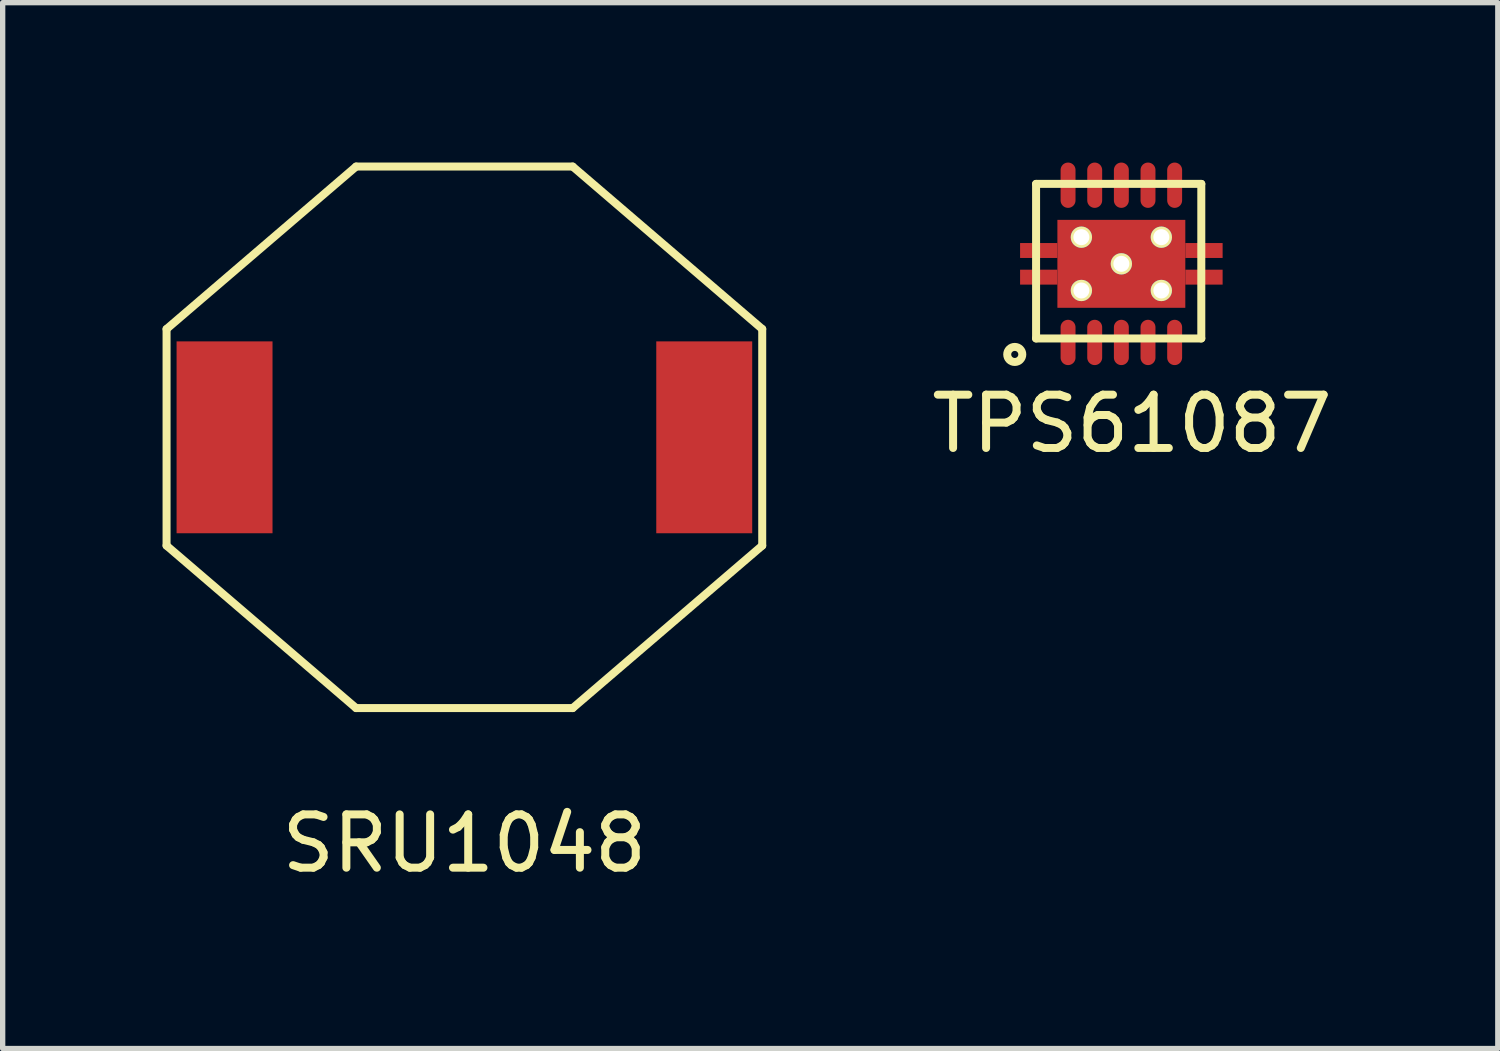
<source format=kicad_pcb>
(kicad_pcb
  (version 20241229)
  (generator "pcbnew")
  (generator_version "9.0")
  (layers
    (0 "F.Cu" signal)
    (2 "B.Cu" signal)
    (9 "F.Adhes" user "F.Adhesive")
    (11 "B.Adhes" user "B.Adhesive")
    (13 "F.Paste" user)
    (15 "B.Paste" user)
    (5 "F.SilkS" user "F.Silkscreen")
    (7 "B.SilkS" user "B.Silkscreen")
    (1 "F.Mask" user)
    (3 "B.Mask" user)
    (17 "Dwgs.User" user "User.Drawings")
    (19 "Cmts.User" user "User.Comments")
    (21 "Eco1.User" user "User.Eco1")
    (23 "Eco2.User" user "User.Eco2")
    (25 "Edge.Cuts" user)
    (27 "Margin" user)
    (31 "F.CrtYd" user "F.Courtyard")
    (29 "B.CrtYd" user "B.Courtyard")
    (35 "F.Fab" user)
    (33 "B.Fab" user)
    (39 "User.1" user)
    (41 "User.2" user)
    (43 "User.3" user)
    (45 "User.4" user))
  (footprint "TPS61087"
    (layer "F.Cu")
    (at 17.989 1.9)
    (property "Reference" "TPS61087" (at 0.2 3 0) (layer "F.SilkS") (effects (font (size 1 1) (thickness 0.15))))
    (attr through_hole)
    (fp_line (start -1.6 -1.5) (end -1.6 1.4) (stroke (width 0.15) (type solid)) (layer "F.SilkS"))
    (fp_line (start -1.6 1.4) (end 1.5 1.4) (stroke (width 0.15) (type solid)) (layer "F.SilkS"))
    (fp_line (start 1.5 -1.5) (end -1.6 -1.5) (stroke (width 0.15) (type solid)) (layer "F.SilkS"))
    (fp_line (start 1.5 1.4) (end 1.5 -1.5) (stroke (width 0.15) (type solid)) (layer "F.SilkS"))
    (fp_circle (center -2 1.7) (end -1.9 1.8) (stroke (width 0.15) (type solid)) (fill no) (layer "F.SilkS"))
    (pad "" smd rect (at -1.55 -0.25) (size 0.7 0.28) (layers "F.Cu" "F.Mask" "F.Paste"))
    (pad "" smd rect (at -1.55 0.25) (size 0.7 0.28) (layers "F.Cu" "F.Mask" "F.Paste"))
    (pad "" thru_hole circle (at -0.75 -0.5) (size 0.4 0.4) (drill 0.3) (layers "*.Cu" "*.Mask" "F.SilkS"))
    (pad "" thru_hole circle (at -0.75 0.5) (size 0.4 0.4) (drill 0.3) (layers "*.Cu" "*.Mask" "F.SilkS"))
    (pad "" thru_hole circle (at 0 0) (size 0.4 0.4) (drill 0.3) (layers "*.Cu" "*.Mask" "F.SilkS"))
    (pad "" thru_hole circle (at 0.75 -0.5) (size 0.4 0.4) (drill 0.3) (layers "*.Cu" "*.Mask" "F.SilkS"))
    (pad "" thru_hole circle (at 0.75 0.5) (size 0.4 0.4) (drill 0.3) (layers "*.Cu" "*.Mask" "F.SilkS"))
    (pad "" smd rect (at 1.55 -0.25) (size 0.7 0.28) (layers "F.Cu" "F.Mask" "F.Paste"))
    (pad "" smd rect (at 1.55 0.25) (size 0.7 0.28) (layers "F.Cu" "F.Mask" "F.Paste"))
    (pad "1" smd oval (at -1 1.475) (size 0.28 0.85) (layers "F.Cu" "F.Mask" "F.Paste"))
    (pad "2" smd oval (at -0.5 1.475) (size 0.28 0.85) (layers "F.Cu" "F.Mask" "F.Paste"))
    (pad "3" smd oval (at 0 1.475) (size 0.28 0.85) (layers "F.Cu" "F.Mask" "F.Paste"))
    (pad "4" smd oval (at 0.5 1.475) (size 0.28 0.85) (layers "F.Cu" "F.Mask" "F.Paste"))
    (pad "5" smd oval (at 1 1.475) (size 0.28 0.85) (layers "F.Cu" "F.Mask" "F.Paste"))
    (pad "6" smd oval (at 1 -1.475) (size 0.28 0.85) (layers "F.Cu" "F.Mask" "F.Paste"))
    (pad "7" smd oval (at 0.5 -1.475) (size 0.28 0.85) (layers "F.Cu" "F.Mask" "F.Paste"))
    (pad "8" smd oval (at 0 -1.475) (size 0.28 0.85) (layers "F.Cu" "F.Mask" "F.Paste"))
    (pad "9" smd oval (at -0.5 -1.475) (size 0.28 0.85) (layers "F.Cu" "F.Mask" "F.Paste"))
    (pad "10" smd oval (at -1 -1.475) (size 0.28 0.85) (layers "F.Cu" "F.Mask" "F.Paste"))
    (pad "11" smd rect (at 0 0) (size 2.4 1.65) (layers "F.Cu" "F.Mask" "F.Paste")))
  (footprint "SRU1048"
    (layer "F.Cu")
    (at 5.663 5.155)
    (property "Reference" "SRU1048" (at 0 7.62 0) (layer "F.SilkS") (effects (font (size 1 1) (thickness 0.15))))
    (attr through_hole)
    (fp_line (start -5.588 -2.032) (end -2.032 -5.08) (stroke (width 0.15) (type solid)) (layer "F.SilkS"))
    (fp_line (start -5.588 2.032) (end -5.588 -2.032) (stroke (width 0.15) (type solid)) (layer "F.SilkS"))
    (fp_line (start -2.032 -5.08) (end 2.032 -5.08) (stroke (width 0.15) (type solid)) (layer "F.SilkS"))
    (fp_line (start -2.032 5.08) (end -5.588 2.032) (stroke (width 0.15) (type solid)) (layer "F.SilkS"))
    (fp_line (start 2.032 -5.08) (end 5.588 -2.032) (stroke (width 0.15) (type solid)) (layer "F.SilkS"))
    (fp_line (start 2.032 5.08) (end -2.032 5.08) (stroke (width 0.15) (type solid)) (layer "F.SilkS"))
    (fp_line (start 5.588 -2.032) (end 5.588 2.032) (stroke (width 0.15) (type solid)) (layer "F.SilkS"))
    (fp_line (start 5.588 2.032) (end 2.032 5.08) (stroke (width 0.15) (type solid)) (layer "F.SilkS"))
    (pad "1" smd rect (at -4.5 0) (size 1.8 3.6) (layers "F.Cu" "F.Mask" "F.Paste"))
    (pad "2" smd rect (at 4.5 0) (size 1.8 3.6) (layers "F.Cu" "F.Mask" "F.Paste")))
  (gr_rect
    (start -3 -3)
    (end 25.052 16.623)
    (stroke (width 0.1) (type default))
    (fill no)
    (layer "Edge.Cuts")))
</source>
